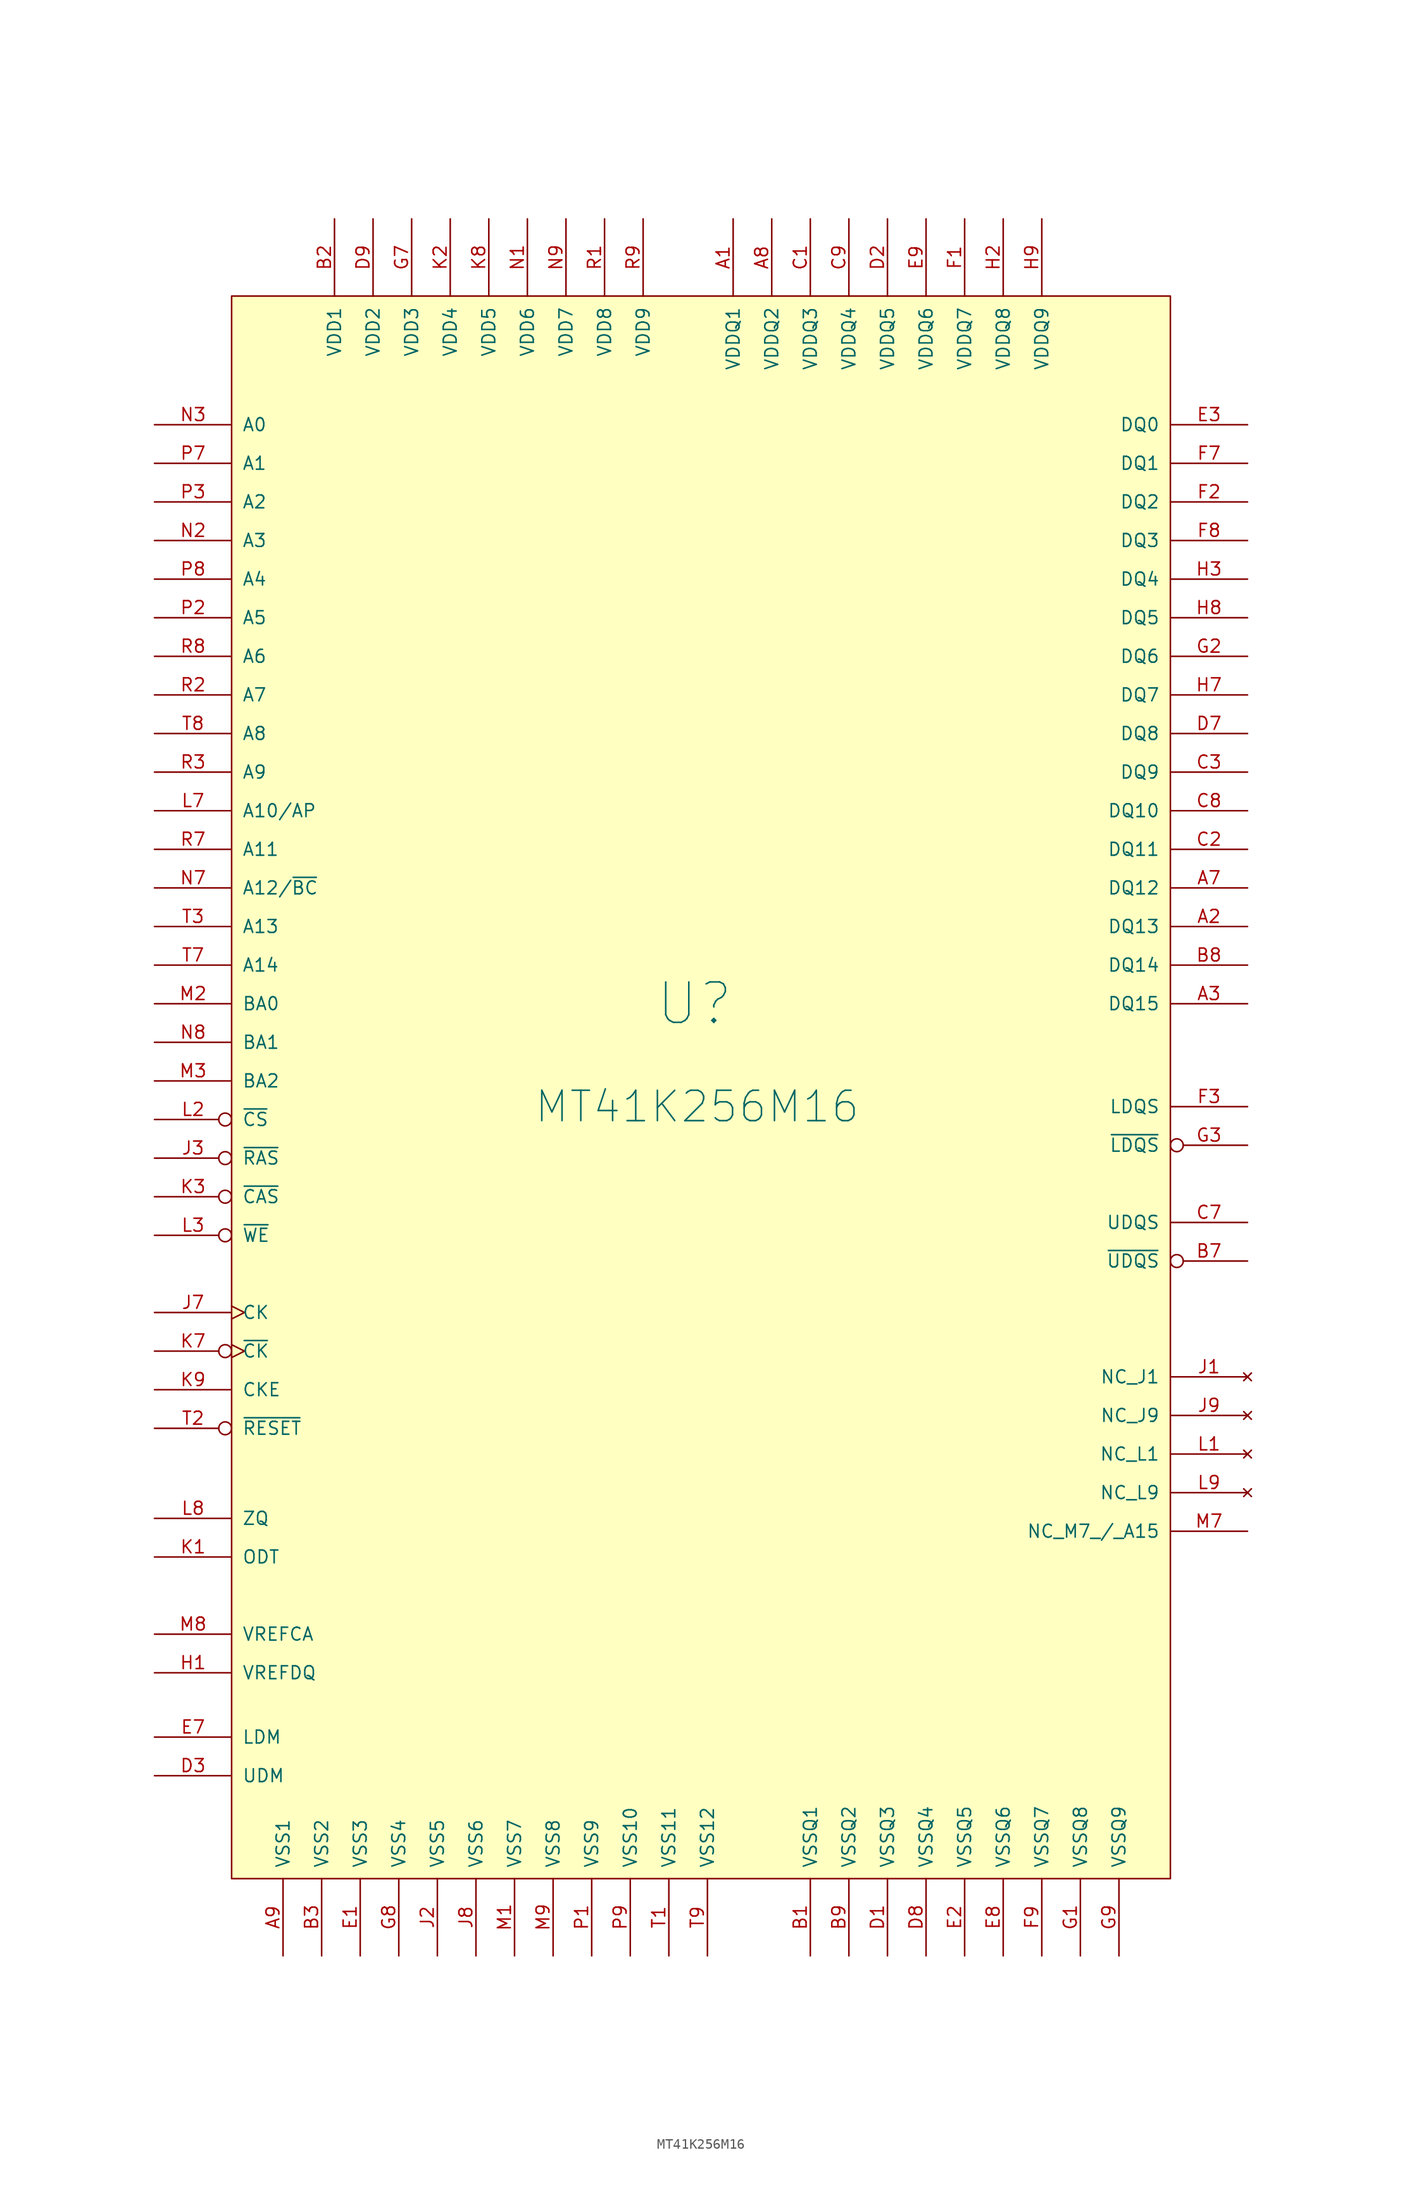
<source format=kicad_sym>
(kicad_symbol_lib
  (version 20211014)
  (generator kicad_symbol_editor)
  (symbol "MT41K256M16"
    (pin_names
      (offset 1.016))
    (property "Reference" "U"
      (at 0 5.08 0)
      (effects (font (size 3.988 3.988))))
    (property "Value" "MT41K256M16"
      (at 0.254 -5.08 0)
      (effects (font (size 2.997 2.997))))
    (property "Footprint" ""
      (at 0 -2.54 0)
      (effects (font (size 1.524 1.524))))
    (property "Datasheet" ""
      (at 0 -2.54 0)
      (effects (font (size 1.524 1.524))))
    (symbol "MT41K256M16_1_1"
      (rectangle (start -45.72 74.93) (end 46.99 -81.28) (stroke (width 0) (type default) (color 0 0 0 0)) (fill (type background)))
      (pin power_in line (at 3.81 82.55 270) (length 7.62) (name "VDDQ1" (effects (font (size 1.27 1.27)))) (number "A1" (effects (font (size 1.27 1.27)))))
      (pin bidirectional line (at 54.61 12.7 180) (length 7.62) (name "DQ13" (effects (font (size 1.27 1.27)))) (number "A2" (effects (font (size 1.27 1.27)))))
      (pin bidirectional line (at 54.61 5.08 180) (length 7.62) (name "DQ15" (effects (font (size 1.27 1.27)))) (number "A3" (effects (font (size 1.27 1.27)))))
      (pin bidirectional line (at 54.61 16.51 180) (length 7.62) (name "DQ12" (effects (font (size 1.27 1.27)))) (number "A7" (effects (font (size 1.27 1.27)))))
      (pin power_in line (at 7.62 82.55 270) (length 7.62) (name "VDDQ2" (effects (font (size 1.27 1.27)))) (number "A8" (effects (font (size 1.27 1.27)))))
      (pin power_in line (at -40.64 -88.9 90) (length 7.62) (name "VSS1" (effects (font (size 1.27 1.27)))) (number "A9" (effects (font (size 1.27 1.27)))))
      (pin power_in line (at 11.43 -88.9 90) (length 7.62) (name "VSSQ1" (effects (font (size 1.27 1.27)))) (number "B1" (effects (font (size 1.27 1.27)))))
      (pin power_in line (at -35.56 82.55 270) (length 7.62) (name "VDD1" (effects (font (size 1.27 1.27)))) (number "B2" (effects (font (size 1.27 1.27)))))
      (pin power_in line (at -36.83 -88.9 90) (length 7.62) (name "VSS2" (effects (font (size 1.27 1.27)))) (number "B3" (effects (font (size 1.27 1.27)))))
      (pin input inverted (at 54.61 -20.32 180) (length 7.62) (name "~{UDQS}" (effects (font (size 1.27 1.27)))) (number "B7" (effects (font (size 1.27 1.27)))))
      (pin bidirectional line (at 54.61 8.89 180) (length 7.62) (name "DQ14" (effects (font (size 1.27 1.27)))) (number "B8" (effects (font (size 1.27 1.27)))))
      (pin power_in line (at 15.24 -88.9 90) (length 7.62) (name "VSSQ2" (effects (font (size 1.27 1.27)))) (number "B9" (effects (font (size 1.27 1.27)))))
      (pin power_in line (at 11.43 82.55 270) (length 7.62) (name "VDDQ3" (effects (font (size 1.27 1.27)))) (number "C1" (effects (font (size 1.27 1.27)))))
      (pin bidirectional line (at 54.61 20.32 180) (length 7.62) (name "DQ11" (effects (font (size 1.27 1.27)))) (number "C2" (effects (font (size 1.27 1.27)))))
      (pin bidirectional line (at 54.61 27.94 180) (length 7.62) (name "DQ9" (effects (font (size 1.27 1.27)))) (number "C3" (effects (font (size 1.27 1.27)))))
      (pin input line (at 54.61 -16.51 180) (length 7.62) (name "UDQS" (effects (font (size 1.27 1.27)))) (number "C7" (effects (font (size 1.27 1.27)))))
      (pin bidirectional line (at 54.61 24.13 180) (length 7.62) (name "DQ10" (effects (font (size 1.27 1.27)))) (number "C8" (effects (font (size 1.27 1.27)))))
      (pin power_in line (at 15.24 82.55 270) (length 7.62) (name "VDDQ4" (effects (font (size 1.27 1.27)))) (number "C9" (effects (font (size 1.27 1.27)))))
      (pin power_in line (at 19.05 -88.9 90) (length 7.62) (name "VSSQ3" (effects (font (size 1.27 1.27)))) (number "D1" (effects (font (size 1.27 1.27)))))
      (pin power_in line (at 19.05 82.55 270) (length 7.62) (name "VDDQ5" (effects (font (size 1.27 1.27)))) (number "D2" (effects (font (size 1.27 1.27)))))
      (pin input line (at -53.34 -71.12 0) (length 7.62) (name "UDM" (effects (font (size 1.27 1.27)))) (number "D3" (effects (font (size 1.27 1.27)))))
      (pin bidirectional line (at 54.61 31.75 180) (length 7.62) (name "DQ8" (effects (font (size 1.27 1.27)))) (number "D7" (effects (font (size 1.27 1.27)))))
      (pin power_in line (at 22.86 -88.9 90) (length 7.62) (name "VSSQ4" (effects (font (size 1.27 1.27)))) (number "D8" (effects (font (size 1.27 1.27)))))
      (pin power_in line (at -31.75 82.55 270) (length 7.62) (name "VDD2" (effects (font (size 1.27 1.27)))) (number "D9" (effects (font (size 1.27 1.27)))))
      (pin power_in line (at -33.02 -88.9 90) (length 7.62) (name "VSS3" (effects (font (size 1.27 1.27)))) (number "E1" (effects (font (size 1.27 1.27)))))
      (pin power_in line (at 26.67 -88.9 90) (length 7.62) (name "VSSQ5" (effects (font (size 1.27 1.27)))) (number "E2" (effects (font (size 1.27 1.27)))))
      (pin bidirectional line (at 54.61 62.23 180) (length 7.62) (name "DQ0" (effects (font (size 1.27 1.27)))) (number "E3" (effects (font (size 1.27 1.27)))))
      (pin input line (at -53.34 -67.31 0) (length 7.62) (name "LDM" (effects (font (size 1.27 1.27)))) (number "E7" (effects (font (size 1.27 1.27)))))
      (pin power_in line (at 30.48 -88.9 90) (length 7.62) (name "VSSQ6" (effects (font (size 1.27 1.27)))) (number "E8" (effects (font (size 1.27 1.27)))))
      (pin power_in line (at 22.86 82.55 270) (length 7.62) (name "VDDQ6" (effects (font (size 1.27 1.27)))) (number "E9" (effects (font (size 1.27 1.27)))))
      (pin power_in line (at 26.67 82.55 270) (length 7.62) (name "VDDQ7" (effects (font (size 1.27 1.27)))) (number "F1" (effects (font (size 1.27 1.27)))))
      (pin bidirectional line (at 54.61 54.61 180) (length 7.62) (name "DQ2" (effects (font (size 1.27 1.27)))) (number "F2" (effects (font (size 1.27 1.27)))))
      (pin input line (at 54.61 -5.08 180) (length 7.62) (name "LDQS" (effects (font (size 1.27 1.27)))) (number "F3" (effects (font (size 1.27 1.27)))))
      (pin bidirectional line (at 54.61 58.42 180) (length 7.62) (name "DQ1" (effects (font (size 1.27 1.27)))) (number "F7" (effects (font (size 1.27 1.27)))))
      (pin bidirectional line (at 54.61 50.8 180) (length 7.62) (name "DQ3" (effects (font (size 1.27 1.27)))) (number "F8" (effects (font (size 1.27 1.27)))))
      (pin power_in line (at 34.29 -88.9 90) (length 7.62) (name "VSSQ7" (effects (font (size 1.27 1.27)))) (number "F9" (effects (font (size 1.27 1.27)))))
      (pin power_in line (at 38.1 -88.9 90) (length 7.62) (name "VSSQ8" (effects (font (size 1.27 1.27)))) (number "G1" (effects (font (size 1.27 1.27)))))
      (pin bidirectional line (at 54.61 39.37 180) (length 7.62) (name "DQ6" (effects (font (size 1.27 1.27)))) (number "G2" (effects (font (size 1.27 1.27)))))
      (pin input inverted (at 54.61 -8.89 180) (length 7.62) (name "~{LDQS}" (effects (font (size 1.27 1.27)))) (number "G3" (effects (font (size 1.27 1.27)))))
      (pin power_in line (at -27.94 82.55 270) (length 7.62) (name "VDD3" (effects (font (size 1.27 1.27)))) (number "G7" (effects (font (size 1.27 1.27)))))
      (pin power_in line (at -29.21 -88.9 90) (length 7.62) (name "VSS4" (effects (font (size 1.27 1.27)))) (number "G8" (effects (font (size 1.27 1.27)))))
      (pin power_in line (at 41.91 -88.9 90) (length 7.62) (name "VSSQ9" (effects (font (size 1.27 1.27)))) (number "G9" (effects (font (size 1.27 1.27)))))
      (pin input line (at -53.34 -60.96 0) (length 7.62) (name "VREFDQ" (effects (font (size 1.27 1.27)))) (number "H1" (effects (font (size 1.27 1.27)))))
      (pin power_in line (at 30.48 82.55 270) (length 7.62) (name "VDDQ8" (effects (font (size 1.27 1.27)))) (number "H2" (effects (font (size 1.27 1.27)))))
      (pin bidirectional line (at 54.61 46.99 180) (length 7.62) (name "DQ4" (effects (font (size 1.27 1.27)))) (number "H3" (effects (font (size 1.27 1.27)))))
      (pin bidirectional line (at 54.61 35.56 180) (length 7.62) (name "DQ7" (effects (font (size 1.27 1.27)))) (number "H7" (effects (font (size 1.27 1.27)))))
      (pin bidirectional line (at 54.61 43.18 180) (length 7.62) (name "DQ5" (effects (font (size 1.27 1.27)))) (number "H8" (effects (font (size 1.27 1.27)))))
      (pin power_in line (at 34.29 82.55 270) (length 7.62) (name "VDDQ9" (effects (font (size 1.27 1.27)))) (number "H9" (effects (font (size 1.27 1.27)))))
      (pin no_connect line (at 54.61 -31.75 180) (length 7.62) (name "NC_J1" (effects (font (size 1.27 1.27)))) (number "J1" (effects (font (size 1.27 1.27)))))
      (pin power_in line (at -25.4 -88.9 90) (length 7.62) (name "VSS5" (effects (font (size 1.27 1.27)))) (number "J2" (effects (font (size 1.27 1.27)))))
      (pin input inverted (at -53.34 -10.16 0) (length 7.62) (name "~{RAS}" (effects (font (size 1.27 1.27)))) (number "J3" (effects (font (size 1.27 1.27)))))
      (pin input clock (at -53.34 -25.4 0) (length 7.62) (name "CK" (effects (font (size 1.27 1.27)))) (number "J7" (effects (font (size 1.27 1.27)))))
      (pin power_in line (at -21.59 -88.9 90) (length 7.62) (name "VSS6" (effects (font (size 1.27 1.27)))) (number "J8" (effects (font (size 1.27 1.27)))))
      (pin no_connect line (at 54.61 -35.56 180) (length 7.62) (name "NC_J9" (effects (font (size 1.27 1.27)))) (number "J9" (effects (font (size 1.27 1.27)))))
      (pin input line (at -53.34 -49.53 0) (length 7.62) (name "ODT" (effects (font (size 1.27 1.27)))) (number "K1" (effects (font (size 1.27 1.27)))))
      (pin power_in line (at -24.13 82.55 270) (length 7.62) (name "VDD4" (effects (font (size 1.27 1.27)))) (number "K2" (effects (font (size 1.27 1.27)))))
      (pin input inverted (at -53.34 -13.97 0) (length 7.62) (name "~{CAS}" (effects (font (size 1.27 1.27)))) (number "K3" (effects (font (size 1.27 1.27)))))
      (pin input inverted_clock (at -53.34 -29.21 0) (length 7.62) (name "~{CK}" (effects (font (size 1.27 1.27)))) (number "K7" (effects (font (size 1.27 1.27)))))
      (pin power_in line (at -20.32 82.55 270) (length 7.62) (name "VDD5" (effects (font (size 1.27 1.27)))) (number "K8" (effects (font (size 1.27 1.27)))))
      (pin input line (at -53.34 -33.02 0) (length 7.62) (name "CKE" (effects (font (size 1.27 1.27)))) (number "K9" (effects (font (size 1.27 1.27)))))
      (pin no_connect line (at 54.61 -39.37 180) (length 7.62) (name "NC_L1" (effects (font (size 1.27 1.27)))) (number "L1" (effects (font (size 1.27 1.27)))))
      (pin input inverted (at -53.34 -6.35 0) (length 7.62) (name "~{CS}" (effects (font (size 1.27 1.27)))) (number "L2" (effects (font (size 1.27 1.27)))))
      (pin input inverted (at -53.34 -17.78 0) (length 7.62) (name "~{WE}" (effects (font (size 1.27 1.27)))) (number "L3" (effects (font (size 1.27 1.27)))))
      (pin input line (at -53.34 24.13 0) (length 7.62) (name "A10/AP" (effects (font (size 1.27 1.27)))) (number "L7" (effects (font (size 1.27 1.27)))))
      (pin input line (at -53.34 -45.72 0) (length 7.62) (name "ZQ" (effects (font (size 1.27 1.27)))) (number "L8" (effects (font (size 1.27 1.27)))))
      (pin no_connect line (at 54.61 -43.18 180) (length 7.62) (name "NC_L9" (effects (font (size 1.27 1.27)))) (number "L9" (effects (font (size 1.27 1.27)))))
      (pin power_in line (at -17.78 -88.9 90) (length 7.62) (name "VSS7" (effects (font (size 1.27 1.27)))) (number "M1" (effects (font (size 1.27 1.27)))))
      (pin input line (at -53.34 5.08 0) (length 7.62) (name "BA0" (effects (font (size 1.27 1.27)))) (number "M2" (effects (font (size 1.27 1.27)))))
      (pin input line (at -53.34 -2.54 0) (length 7.62) (name "BA2" (effects (font (size 1.27 1.27)))) (number "M3" (effects (font (size 1.27 1.27)))))
      (pin input line (at 54.61 -46.99 180) (length 7.62) (name "NC_M7_/_A15" (effects (font (size 1.27 1.27)))) (number "M7" (effects (font (size 1.27 1.27)))))
      (pin input line (at -53.34 -57.15 0) (length 7.62) (name "VREFCA" (effects (font (size 1.27 1.27)))) (number "M8" (effects (font (size 1.27 1.27)))))
      (pin power_in line (at -13.97 -88.9 90) (length 7.62) (name "VSS8" (effects (font (size 1.27 1.27)))) (number "M9" (effects (font (size 1.27 1.27)))))
      (pin power_in line (at -16.51 82.55 270) (length 7.62) (name "VDD6" (effects (font (size 1.27 1.27)))) (number "N1" (effects (font (size 1.27 1.27)))))
      (pin input line (at -53.34 50.8 0) (length 7.62) (name "A3" (effects (font (size 1.27 1.27)))) (number "N2" (effects (font (size 1.27 1.27)))))
      (pin input line (at -53.34 62.23 0) (length 7.62) (name "A0" (effects (font (size 1.27 1.27)))) (number "N3" (effects (font (size 1.27 1.27)))))
      (pin input line (at -53.34 16.51 0) (length 7.62) (name "A12/~{BC}" (effects (font (size 1.27 1.27)))) (number "N7" (effects (font (size 1.27 1.27)))))
      (pin input line (at -53.34 1.27 0) (length 7.62) (name "BA1" (effects (font (size 1.27 1.27)))) (number "N8" (effects (font (size 1.27 1.27)))))
      (pin power_in line (at -12.7 82.55 270) (length 7.62) (name "VDD7" (effects (font (size 1.27 1.27)))) (number "N9" (effects (font (size 1.27 1.27)))))
      (pin power_in line (at -10.16 -88.9 90) (length 7.62) (name "VSS9" (effects (font (size 1.27 1.27)))) (number "P1" (effects (font (size 1.27 1.27)))))
      (pin input line (at -53.34 43.18 0) (length 7.62) (name "A5" (effects (font (size 1.27 1.27)))) (number "P2" (effects (font (size 1.27 1.27)))))
      (pin input line (at -53.34 54.61 0) (length 7.62) (name "A2" (effects (font (size 1.27 1.27)))) (number "P3" (effects (font (size 1.27 1.27)))))
      (pin input line (at -53.34 58.42 0) (length 7.62) (name "A1" (effects (font (size 1.27 1.27)))) (number "P7" (effects (font (size 1.27 1.27)))))
      (pin input line (at -53.34 46.99 0) (length 7.62) (name "A4" (effects (font (size 1.27 1.27)))) (number "P8" (effects (font (size 1.27 1.27)))))
      (pin power_in line (at -6.35 -88.9 90) (length 7.62) (name "VSS10" (effects (font (size 1.27 1.27)))) (number "P9" (effects (font (size 1.27 1.27)))))
      (pin power_in line (at -8.89 82.55 270) (length 7.62) (name "VDD8" (effects (font (size 1.27 1.27)))) (number "R1" (effects (font (size 1.27 1.27)))))
      (pin input line (at -53.34 35.56 0) (length 7.62) (name "A7" (effects (font (size 1.27 1.27)))) (number "R2" (effects (font (size 1.27 1.27)))))
      (pin input line (at -53.34 27.94 0) (length 7.62) (name "A9" (effects (font (size 1.27 1.27)))) (number "R3" (effects (font (size 1.27 1.27)))))
      (pin input line (at -53.34 20.32 0) (length 7.62) (name "A11" (effects (font (size 1.27 1.27)))) (number "R7" (effects (font (size 1.27 1.27)))))
      (pin input line (at -53.34 39.37 0) (length 7.62) (name "A6" (effects (font (size 1.27 1.27)))) (number "R8" (effects (font (size 1.27 1.27)))))
      (pin power_in line (at -5.08 82.55 270) (length 7.62) (name "VDD9" (effects (font (size 1.27 1.27)))) (number "R9" (effects (font (size 1.27 1.27)))))
      (pin power_in line (at -2.54 -88.9 90) (length 7.62) (name "VSS11" (effects (font (size 1.27 1.27)))) (number "T1" (effects (font (size 1.27 1.27)))))
      (pin input inverted (at -53.34 -36.83 0) (length 7.62) (name "~{RESET}" (effects (font (size 1.27 1.27)))) (number "T2" (effects (font (size 1.27 1.27)))))
      (pin input line (at -53.34 12.7 0) (length 7.62) (name "A13" (effects (font (size 1.27 1.27)))) (number "T3" (effects (font (size 1.27 1.27)))))
      (pin input line (at -53.34 8.89 0) (length 7.62) (name "A14" (effects (font (size 1.27 1.27)))) (number "T7" (effects (font (size 1.27 1.27)))))
      (pin input line (at -53.34 31.75 0) (length 7.62) (name "A8" (effects (font (size 1.27 1.27)))) (number "T8" (effects (font (size 1.27 1.27)))))
      (pin power_in line (at 1.27 -88.9 90) (length 7.62) (name "VSS12" (effects (font (size 1.27 1.27)))) (number "T9" (effects (font (size 1.27 1.27))))))))
</source>
